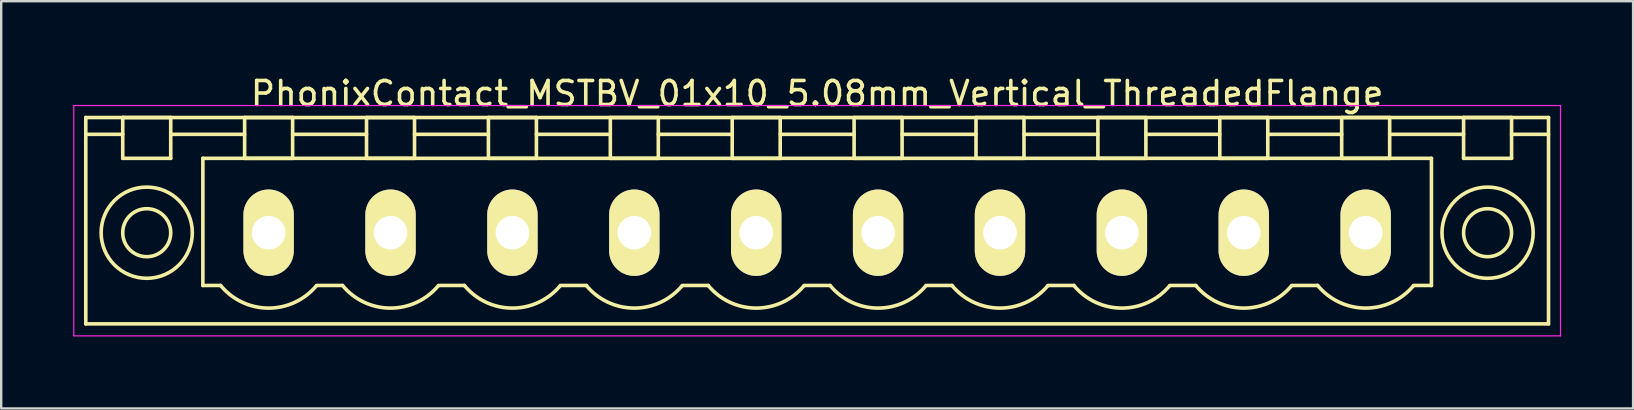
<source format=kicad_pcb>
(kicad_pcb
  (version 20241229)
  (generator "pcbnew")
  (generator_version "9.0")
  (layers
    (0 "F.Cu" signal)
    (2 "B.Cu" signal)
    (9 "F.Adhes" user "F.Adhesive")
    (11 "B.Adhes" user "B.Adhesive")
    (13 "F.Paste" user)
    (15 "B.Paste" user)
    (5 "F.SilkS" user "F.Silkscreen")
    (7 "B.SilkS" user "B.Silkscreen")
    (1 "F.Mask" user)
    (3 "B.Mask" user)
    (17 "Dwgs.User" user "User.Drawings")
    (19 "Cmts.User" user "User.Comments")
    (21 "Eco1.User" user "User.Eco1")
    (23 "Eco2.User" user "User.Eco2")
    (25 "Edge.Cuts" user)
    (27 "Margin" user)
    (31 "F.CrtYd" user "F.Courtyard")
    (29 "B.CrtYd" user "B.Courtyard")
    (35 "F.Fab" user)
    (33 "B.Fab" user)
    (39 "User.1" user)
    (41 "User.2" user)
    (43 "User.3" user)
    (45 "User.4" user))
  (footprint "PhonixContact_MSTBV_01x10_5.08mm_Vertical_ThreadedFlange"
    (layer "F.Cu")
    (at 8.145 6.648)
    (property "Reference" "PhonixContact_MSTBV_01x10_5.08mm_Vertical_ThreadedFlange" (at 22.86 -5.8 0) (layer "F.SilkS") (effects (font (size 1 1) (thickness 0.15))))
    (attr through_hole)
    (fp_line (start -7.62 -4.8) (end -7.62 3.8) (stroke (width 0.15) (type solid)) (layer "F.SilkS"))
    (fp_line (start -7.62 -4.1) (end -6.08 -4.1) (stroke (width 0.15) (type solid)) (layer "F.SilkS"))
    (fp_line (start -7.62 3.8) (end 53.34 3.8) (stroke (width 0.15) (type solid)) (layer "F.SilkS"))
    (fp_line (start -6.08 -4.8) (end -4.08 -4.8) (stroke (width 0.15) (type solid)) (layer "F.SilkS"))
    (fp_line (start -6.08 -3.1) (end -6.08 -4.8) (stroke (width 0.15) (type solid)) (layer "F.SilkS"))
    (fp_line (start -4.08 -4.8) (end -4.08 -3.1) (stroke (width 0.15) (type solid)) (layer "F.SilkS"))
    (fp_line (start -4.08 -4.1) (end -1 -4.1) (stroke (width 0.15) (type solid)) (layer "F.SilkS"))
    (fp_line (start -4.08 -3.1) (end -6.08 -3.1) (stroke (width 0.15) (type solid)) (layer "F.SilkS"))
    (fp_line (start -2.74 -3.1) (end 48.46 -3.1) (stroke (width 0.15) (type solid)) (layer "F.SilkS"))
    (fp_line (start -2.74 2.2) (end -2.74 -3.1) (stroke (width 0.15) (type solid)) (layer "F.SilkS"))
    (fp_line (start -2 2.2) (end -2.74 2.2) (stroke (width 0.15) (type solid)) (layer "F.SilkS"))
    (fp_line (start -1 -4.8) (end 1 -4.8) (stroke (width 0.15) (type solid)) (layer "F.SilkS"))
    (fp_line (start -1 -3.1) (end -1 -4.8) (stroke (width 0.15) (type solid)) (layer "F.SilkS"))
    (fp_line (start 1 -4.8) (end 1 -3.1) (stroke (width 0.15) (type solid)) (layer "F.SilkS"))
    (fp_line (start 1 -4.1) (end 4.08 -4.1) (stroke (width 0.15) (type solid)) (layer "F.SilkS"))
    (fp_line (start 1 -3.1) (end -1 -3.1) (stroke (width 0.15) (type solid)) (layer "F.SilkS"))
    (fp_line (start 2 2.2) (end 3.08 2.2) (stroke (width 0.15) (type solid)) (layer "F.SilkS"))
    (fp_line (start 4.08 -4.8) (end 6.08 -4.8) (stroke (width 0.15) (type solid)) (layer "F.SilkS"))
    (fp_line (start 4.08 -3.1) (end 4.08 -4.8) (stroke (width 0.15) (type solid)) (layer "F.SilkS"))
    (fp_line (start 6.08 -4.8) (end 6.08 -3.1) (stroke (width 0.15) (type solid)) (layer "F.SilkS"))
    (fp_line (start 6.08 -4.1) (end 9.16 -4.1) (stroke (width 0.15) (type solid)) (layer "F.SilkS"))
    (fp_line (start 6.08 -3.1) (end 4.08 -3.1) (stroke (width 0.15) (type solid)) (layer "F.SilkS"))
    (fp_line (start 7.08 2.2) (end 8.16 2.2) (stroke (width 0.15) (type solid)) (layer "F.SilkS"))
    (fp_line (start 9.16 -4.8) (end 11.16 -4.8) (stroke (width 0.15) (type solid)) (layer "F.SilkS"))
    (fp_line (start 9.16 -3.1) (end 9.16 -4.8) (stroke (width 0.15) (type solid)) (layer "F.SilkS"))
    (fp_line (start 11.16 -4.8) (end 11.16 -3.1) (stroke (width 0.15) (type solid)) (layer "F.SilkS"))
    (fp_line (start 11.16 -4.1) (end 14.24 -4.1) (stroke (width 0.15) (type solid)) (layer "F.SilkS"))
    (fp_line (start 11.16 -3.1) (end 9.16 -3.1) (stroke (width 0.15) (type solid)) (layer "F.SilkS"))
    (fp_line (start 12.16 2.2) (end 13.24 2.2) (stroke (width 0.15) (type solid)) (layer "F.SilkS"))
    (fp_line (start 14.24 -4.8) (end 16.24 -4.8) (stroke (width 0.15) (type solid)) (layer "F.SilkS"))
    (fp_line (start 14.24 -3.1) (end 14.24 -4.8) (stroke (width 0.15) (type solid)) (layer "F.SilkS"))
    (fp_line (start 16.24 -4.8) (end 16.24 -3.1) (stroke (width 0.15) (type solid)) (layer "F.SilkS"))
    (fp_line (start 16.24 -4.1) (end 19.32 -4.1) (stroke (width 0.15) (type solid)) (layer "F.SilkS"))
    (fp_line (start 16.24 -3.1) (end 14.24 -3.1) (stroke (width 0.15) (type solid)) (layer "F.SilkS"))
    (fp_line (start 17.24 2.2) (end 18.32 2.2) (stroke (width 0.15) (type solid)) (layer "F.SilkS"))
    (fp_line (start 19.32 -4.8) (end 21.32 -4.8) (stroke (width 0.15) (type solid)) (layer "F.SilkS"))
    (fp_line (start 19.32 -3.1) (end 19.32 -4.8) (stroke (width 0.15) (type solid)) (layer "F.SilkS"))
    (fp_line (start 21.32 -4.8) (end 21.32 -3.1) (stroke (width 0.15) (type solid)) (layer "F.SilkS"))
    (fp_line (start 21.32 -4.1) (end 24.4 -4.1) (stroke (width 0.15) (type solid)) (layer "F.SilkS"))
    (fp_line (start 21.32 -3.1) (end 19.32 -3.1) (stroke (width 0.15) (type solid)) (layer "F.SilkS"))
    (fp_line (start 22.32 2.2) (end 23.4 2.2) (stroke (width 0.15) (type solid)) (layer "F.SilkS"))
    (fp_line (start 24.4 -4.8) (end 26.4 -4.8) (stroke (width 0.15) (type solid)) (layer "F.SilkS"))
    (fp_line (start 24.4 -3.1) (end 24.4 -4.8) (stroke (width 0.15) (type solid)) (layer "F.SilkS"))
    (fp_line (start 26.4 -4.8) (end 26.4 -3.1) (stroke (width 0.15) (type solid)) (layer "F.SilkS"))
    (fp_line (start 26.4 -4.1) (end 29.48 -4.1) (stroke (width 0.15) (type solid)) (layer "F.SilkS"))
    (fp_line (start 26.4 -3.1) (end 24.4 -3.1) (stroke (width 0.15) (type solid)) (layer "F.SilkS"))
    (fp_line (start 27.4 2.2) (end 28.48 2.2) (stroke (width 0.15) (type solid)) (layer "F.SilkS"))
    (fp_line (start 29.48 -4.8) (end 31.48 -4.8) (stroke (width 0.15) (type solid)) (layer "F.SilkS"))
    (fp_line (start 29.48 -3.1) (end 29.48 -4.8) (stroke (width 0.15) (type solid)) (layer "F.SilkS"))
    (fp_line (start 31.48 -4.8) (end 31.48 -3.1) (stroke (width 0.15) (type solid)) (layer "F.SilkS"))
    (fp_line (start 31.48 -4.1) (end 34.56 -4.1) (stroke (width 0.15) (type solid)) (layer "F.SilkS"))
    (fp_line (start 31.48 -3.1) (end 29.48 -3.1) (stroke (width 0.15) (type solid)) (layer "F.SilkS"))
    (fp_line (start 32.48 2.2) (end 33.56 2.2) (stroke (width 0.15) (type solid)) (layer "F.SilkS"))
    (fp_line (start 34.56 -4.8) (end 36.56 -4.8) (stroke (width 0.15) (type solid)) (layer "F.SilkS"))
    (fp_line (start 34.56 -3.1) (end 34.56 -4.8) (stroke (width 0.15) (type solid)) (layer "F.SilkS"))
    (fp_line (start 36.56 -4.8) (end 36.56 -3.1) (stroke (width 0.15) (type solid)) (layer "F.SilkS"))
    (fp_line (start 36.56 -4.1) (end 39.64 -4.1) (stroke (width 0.15) (type solid)) (layer "F.SilkS"))
    (fp_line (start 36.56 -3.1) (end 34.56 -3.1) (stroke (width 0.15) (type solid)) (layer "F.SilkS"))
    (fp_line (start 37.56 2.2) (end 38.64 2.2) (stroke (width 0.15) (type solid)) (layer "F.SilkS"))
    (fp_line (start 39.64 -4.8) (end 41.64 -4.8) (stroke (width 0.15) (type solid)) (layer "F.SilkS"))
    (fp_line (start 39.64 -3.1) (end 39.64 -4.8) (stroke (width 0.15) (type solid)) (layer "F.SilkS"))
    (fp_line (start 41.64 -4.8) (end 41.64 -3.1) (stroke (width 0.15) (type solid)) (layer "F.SilkS"))
    (fp_line (start 41.64 -4.1) (end 44.72 -4.1) (stroke (width 0.15) (type solid)) (layer "F.SilkS"))
    (fp_line (start 41.64 -3.1) (end 39.64 -3.1) (stroke (width 0.15) (type solid)) (layer "F.SilkS"))
    (fp_line (start 42.64 2.2) (end 43.72 2.2) (stroke (width 0.15) (type solid)) (layer "F.SilkS"))
    (fp_line (start 44.72 -4.8) (end 46.72 -4.8) (stroke (width 0.15) (type solid)) (layer "F.SilkS"))
    (fp_line (start 44.72 -3.1) (end 44.72 -4.8) (stroke (width 0.15) (type solid)) (layer "F.SilkS"))
    (fp_line (start 46.72 -4.8) (end 46.72 -3.1) (stroke (width 0.15) (type solid)) (layer "F.SilkS"))
    (fp_line (start 46.72 -4.1) (end 49.8 -4.1) (stroke (width 0.15) (type solid)) (layer "F.SilkS"))
    (fp_line (start 46.72 -3.1) (end 44.72 -3.1) (stroke (width 0.15) (type solid)) (layer "F.SilkS"))
    (fp_line (start 48.46 -3.1) (end 48.46 2.2) (stroke (width 0.15) (type solid)) (layer "F.SilkS"))
    (fp_line (start 48.46 2.2) (end 47.72 2.2) (stroke (width 0.15) (type solid)) (layer "F.SilkS"))
    (fp_line (start 49.8 -4.8) (end 51.8 -4.8) (stroke (width 0.15) (type solid)) (layer "F.SilkS"))
    (fp_line (start 49.8 -3.1) (end 49.8 -4.8) (stroke (width 0.15) (type solid)) (layer "F.SilkS"))
    (fp_line (start 51.8 -4.8) (end 51.8 -3.1) (stroke (width 0.15) (type solid)) (layer "F.SilkS"))
    (fp_line (start 51.8 -3.1) (end 49.8 -3.1) (stroke (width 0.15) (type solid)) (layer "F.SilkS"))
    (fp_line (start 53.34 -4.8) (end -7.62 -4.8) (stroke (width 0.15) (type solid)) (layer "F.SilkS"))
    (fp_line (start 53.34 -4.1) (end 51.8 -4.1) (stroke (width 0.15) (type solid)) (layer "F.SilkS"))
    (fp_line (start 53.34 3.8) (end 53.34 -4.8) (stroke (width 0.15) (type solid)) (layer "F.SilkS"))
    (fp_arc (start 1.986842 2.215821) (mid -0.010289 3.142758) (end -2 2.2) (stroke (width 0.15) (type solid)) (layer "F.SilkS"))
    (fp_arc (start 7.066842 2.215821) (mid 5.069711 3.142758) (end 3.08 2.2) (stroke (width 0.15) (type solid)) (layer "F.SilkS"))
    (fp_arc (start 12.146842 2.215821) (mid 10.149711 3.142758) (end 8.16 2.2) (stroke (width 0.15) (type solid)) (layer "F.SilkS"))
    (fp_arc (start 17.226842 2.215821) (mid 15.229711 3.142758) (end 13.24 2.2) (stroke (width 0.15) (type solid)) (layer "F.SilkS"))
    (fp_arc (start 22.306842 2.215821) (mid 20.309711 3.142758) (end 18.32 2.2) (stroke (width 0.15) (type solid)) (layer "F.SilkS"))
    (fp_arc (start 27.386842 2.215821) (mid 25.389711 3.142758) (end 23.4 2.2) (stroke (width 0.15) (type solid)) (layer "F.SilkS"))
    (fp_arc (start 32.466842 2.215821) (mid 30.469711 3.142758) (end 28.48 2.2) (stroke (width 0.15) (type solid)) (layer "F.SilkS"))
    (fp_arc (start 37.546842 2.215821) (mid 35.549711 3.142758) (end 33.56 2.2) (stroke (width 0.15) (type solid)) (layer "F.SilkS"))
    (fp_arc (start 42.626842 2.215821) (mid 40.629711 3.142758) (end 38.64 2.2) (stroke (width 0.15) (type solid)) (layer "F.SilkS"))
    (fp_arc (start 47.706842 2.215821) (mid 45.709711 3.142758) (end 43.72 2.2) (stroke (width 0.15) (type solid)) (layer "F.SilkS"))
    (fp_circle (center -5.08 0) (end -4.08 0) (stroke (width 0.15) (type solid)) (fill no) (layer "F.SilkS"))
    (fp_circle (center -5.08 0) (end -3.18 0) (stroke (width 0.15) (type solid)) (fill no) (layer "F.SilkS"))
    (fp_circle (center 50.8 0) (end 51.8 0) (stroke (width 0.15) (type solid)) (fill no) (layer "F.SilkS"))
    (fp_circle (center 50.8 0) (end 52.7 0) (stroke (width 0.15) (type solid)) (fill no) (layer "F.SilkS"))
    (fp_line (start -8.12 -5.3) (end -8.12 4.3) (stroke (width 0.05) (type solid)) (layer "F.CrtYd"))
    (fp_line (start -8.12 4.3) (end 53.84 4.3) (stroke (width 0.05) (type solid)) (layer "F.CrtYd"))
    (fp_line (start 53.84 -5.3) (end -8.12 -5.3) (stroke (width 0.05) (type solid)) (layer "F.CrtYd"))
    (fp_line (start 53.84 4.3) (end 53.84 -5.3) (stroke (width 0.05) (type solid)) (layer "F.CrtYd"))
    (pad "1" thru_hole oval (at 0 0) (size 2.1 3.6) (drill 1.4) (layers "*.Cu" "*.Mask" "F.SilkS"))
    (pad "2" thru_hole oval (at 5.08 0) (size 2.1 3.6) (drill 1.4) (layers "*.Cu" "*.Mask" "F.SilkS"))
    (pad "3" thru_hole oval (at 10.16 0) (size 2.1 3.6) (drill 1.4) (layers "*.Cu" "*.Mask" "F.SilkS"))
    (pad "4" thru_hole oval (at 15.24 0) (size 2.1 3.6) (drill 1.4) (layers "*.Cu" "*.Mask" "F.SilkS"))
    (pad "5" thru_hole oval (at 20.32 0) (size 2.1 3.6) (drill 1.4) (layers "*.Cu" "*.Mask" "F.SilkS"))
    (pad "6" thru_hole oval (at 25.4 0) (size 2.1 3.6) (drill 1.4) (layers "*.Cu" "*.Mask" "F.SilkS"))
    (pad "7" thru_hole oval (at 30.48 0) (size 2.1 3.6) (drill 1.4) (layers "*.Cu" "*.Mask" "F.SilkS"))
    (pad "8" thru_hole oval (at 35.56 0) (size 2.1 3.6) (drill 1.4) (layers "*.Cu" "*.Mask" "F.SilkS"))
    (pad "9" thru_hole oval (at 40.64 0) (size 2.1 3.6) (drill 1.4) (layers "*.Cu" "*.Mask" "F.SilkS"))
    (pad "10" thru_hole oval (at 45.72 0) (size 2.1 3.6) (drill 1.4) (layers "*.Cu" "*.Mask" "F.SilkS")))
  (gr_rect
    (start -3 -3)
    (end 65.01 13.973)
    (stroke (width 0.1) (type default))
    (fill no)
    (layer "Edge.Cuts")))
</source>
